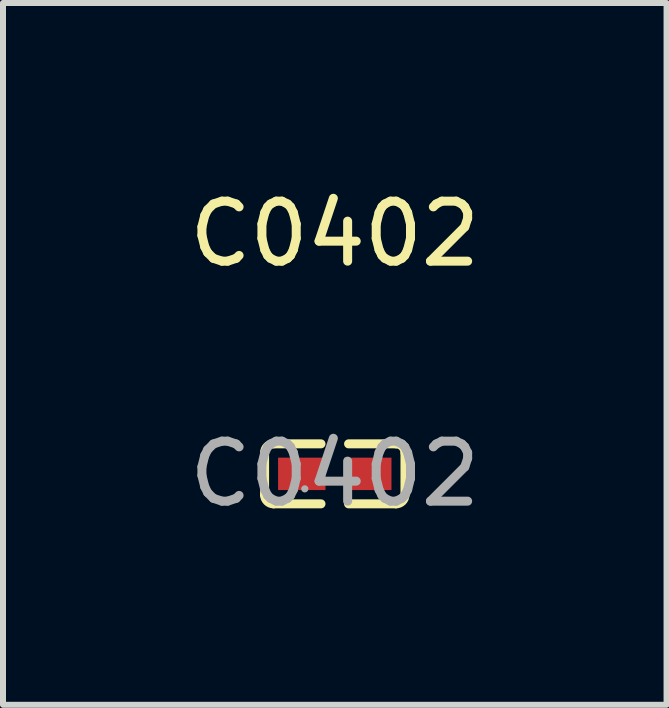
<source format=kicad_pcb>
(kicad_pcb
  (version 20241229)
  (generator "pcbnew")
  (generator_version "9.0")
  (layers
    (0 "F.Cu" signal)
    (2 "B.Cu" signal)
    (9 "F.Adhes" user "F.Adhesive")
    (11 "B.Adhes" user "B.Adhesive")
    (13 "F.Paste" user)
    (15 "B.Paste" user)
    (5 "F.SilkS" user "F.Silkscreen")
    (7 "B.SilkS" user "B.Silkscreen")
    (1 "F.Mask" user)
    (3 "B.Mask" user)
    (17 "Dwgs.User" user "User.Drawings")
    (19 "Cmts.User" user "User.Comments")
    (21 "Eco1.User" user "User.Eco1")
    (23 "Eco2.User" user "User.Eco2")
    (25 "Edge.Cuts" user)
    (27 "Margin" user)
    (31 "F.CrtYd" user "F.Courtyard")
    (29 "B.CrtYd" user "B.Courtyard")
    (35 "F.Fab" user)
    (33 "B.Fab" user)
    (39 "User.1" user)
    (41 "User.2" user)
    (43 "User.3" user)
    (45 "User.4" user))
  (footprint "C0402"
    (layer "F.Cu")
    (at 2.53 4.848)
    (property "Reference" "C0402" (at 0 -4 0) (layer "F.SilkS") (effects (font (size 1 1) (thickness 0.15))))
    (attr smd)
    (fp_line (start -1.17 0.35) (end -1.17 -0.35) (stroke (width 0.15) (type solid)) (layer "F.SilkS"))
    (fp_line (start -1.02 -0.5) (end -0.23 -0.5) (stroke (width 0.15) (type solid)) (layer "F.SilkS"))
    (fp_line (start -0.23 0.5) (end -1.02 0.5) (stroke (width 0.15) (type solid)) (layer "F.SilkS"))
    (fp_line (start 0.23 0.5) (end 1.02 0.5) (stroke (width 0.15) (type solid)) (layer "F.SilkS"))
    (fp_line (start 1.02 -0.5) (end 0.23 -0.5) (stroke (width 0.15) (type solid)) (layer "F.SilkS"))
    (fp_line (start 1.17 0.35) (end 1.17 -0.35) (stroke (width 0.15) (type solid)) (layer "F.SilkS"))
    (fp_arc (start -1.17 -0.35) (mid -1.126066 -0.456066) (end -1.02 -0.5) (stroke (width 0.15) (type solid)) (layer "F.SilkS"))
    (fp_arc (start -1.02 0.5) (mid -1.126066 0.456066) (end -1.17 0.35) (stroke (width 0.15) (type solid)) (layer "F.SilkS"))
    (fp_arc (start 1.02 -0.5) (mid 1.126066 -0.456066) (end 1.17 -0.35) (stroke (width 0.15) (type solid)) (layer "F.SilkS"))
    (fp_arc (start 1.17 0.35) (mid 1.126066 0.456066) (end 1.02 0.5) (stroke (width 0.15) (type solid)) (layer "F.SilkS"))
    (fp_circle (center -0.5 0.25) (end -0.47 0.25) (stroke (width 0.06) (type solid)) (fill no) (layer "F.Fab"))
    (fp_text user "${REFERENCE}" (at 0 0 0) (layer "F.Fab") (effects (font (size 1 1) (thickness 0.15))))
    (pad "1" smd rect (at -0.55 0) (size 0.79 0.54) (layers "F.Cu" "F.Mask" "F.Paste"))
    (pad "2" smd rect (at 0.55 0) (size 0.79 0.54) (layers "F.Cu" "F.Mask" "F.Paste")))
  (gr_rect
    (start -3 -3)
    (end 8.06 8.697)
    (stroke (width 0.1) (type default))
    (fill no)
    (layer "Edge.Cuts")))
</source>
